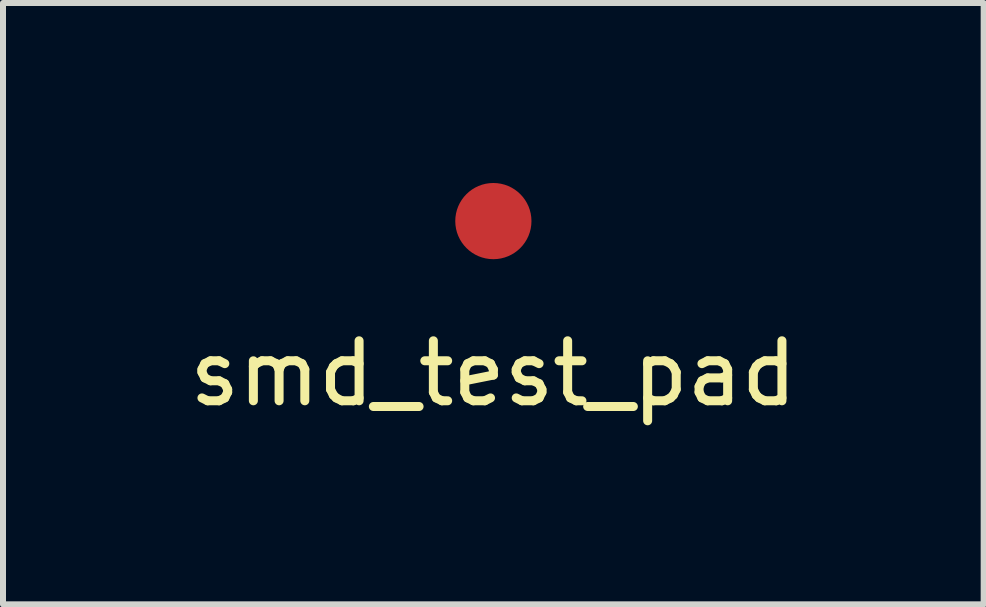
<source format=kicad_pcb>
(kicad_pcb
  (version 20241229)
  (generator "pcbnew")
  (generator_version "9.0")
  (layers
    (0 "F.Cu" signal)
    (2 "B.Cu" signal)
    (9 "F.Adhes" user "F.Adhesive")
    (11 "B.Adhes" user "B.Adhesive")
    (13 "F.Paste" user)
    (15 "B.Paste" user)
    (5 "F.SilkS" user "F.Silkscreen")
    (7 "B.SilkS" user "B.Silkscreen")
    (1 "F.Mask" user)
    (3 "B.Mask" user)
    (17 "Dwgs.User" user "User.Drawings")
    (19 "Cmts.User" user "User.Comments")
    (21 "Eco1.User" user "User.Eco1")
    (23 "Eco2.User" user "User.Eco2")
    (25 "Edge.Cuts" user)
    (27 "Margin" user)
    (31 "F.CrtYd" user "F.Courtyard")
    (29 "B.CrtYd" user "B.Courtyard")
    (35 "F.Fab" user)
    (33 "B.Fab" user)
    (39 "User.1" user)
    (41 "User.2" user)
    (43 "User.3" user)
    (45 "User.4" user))
  (footprint "smd_test_pad"
    (layer "F.Cu")
    (at 5.173 0.635)
    (property "Reference" "smd_test_pad" (at 0 2.54 0) (layer "F.SilkS") (effects (font (size 1 1) (thickness 0.15))))
    (attr through_hole)
    (pad "1" smd circle (at 0 0) (size 1.27 1.27) (layers "F.Cu" "F.Mask" "F.Paste")))
  (gr_rect
    (start -3 -3)
    (end 13.345 7.023)
    (stroke (width 0.1) (type default))
    (fill no)
    (layer "Edge.Cuts")))
</source>
